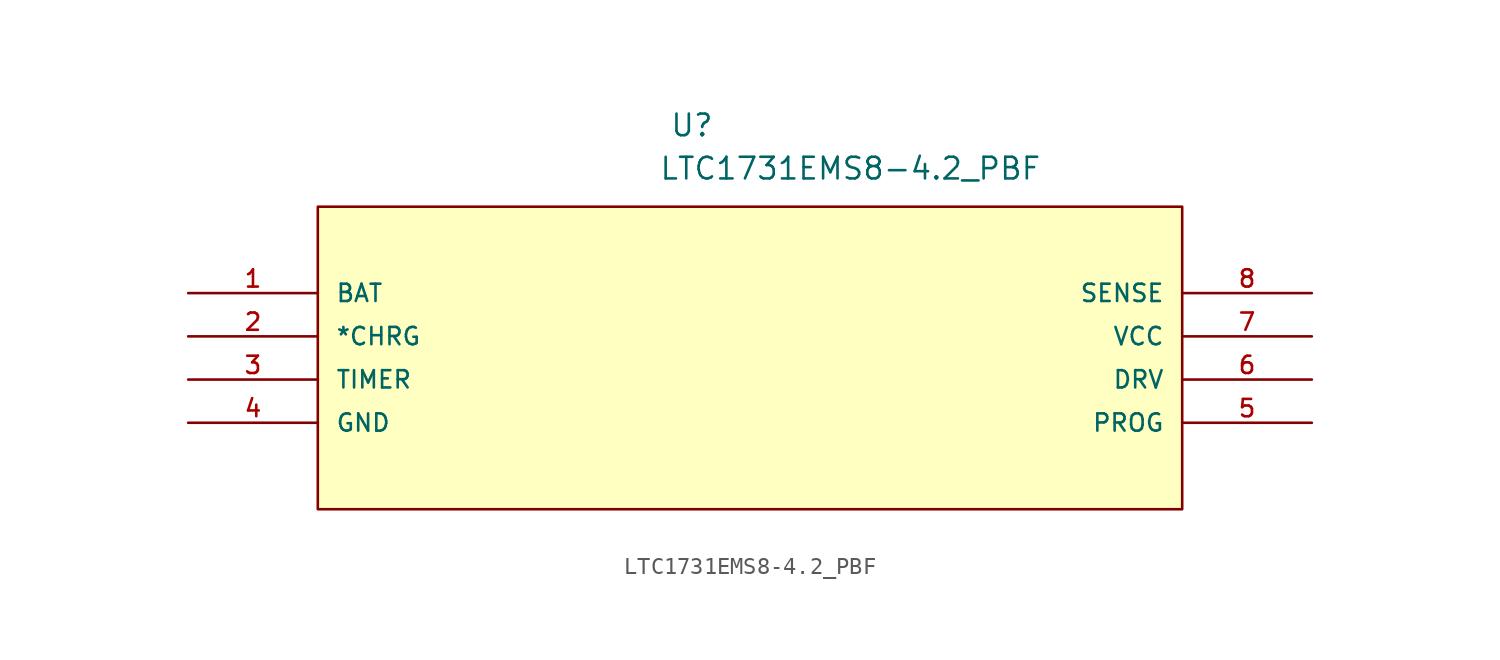
<source format=kicad_sym>
(kicad_symbol_lib
  (version 20211014)
  (generator kicad_symbol_editor)
  (symbol "LTC1731EMS8-4.2_PBF"
    (pin_names
      (offset 1.016))
    (property "Reference" "U"
      (at 28.296 9.119 0.0)
      (effects (font (size 1.27 1.27)) (justify bottom left)))
    (property "Value" "LTC1731EMS8-4.2_PBF"
      (at 27.661 6.579 0.0)
      (effects (font (size 1.27 1.27)) (justify bottom left)))
    (symbol "LTC1731EMS8-4.2_PBF_0_0"
      (rectangle (start 7.62 -12.7) (end 58.42 5.08) (stroke (width 0.152)) (fill (type background)))
      (pin input line (at 0.0 0.0 0) (length 7.62) (name "BAT" (effects (font (size 1.016 1.016)))) (number "1" (effects (font (size 1.016 1.016)))))
      (pin output line (at 0.0 -2.54 0) (length 7.62) (name "*CHRG" (effects (font (size 1.016 1.016)))) (number "2" (effects (font (size 1.016 1.016)))))
      (pin input line (at 0.0 -5.08 0) (length 7.62) (name "TIMER" (effects (font (size 1.016 1.016)))) (number "3" (effects (font (size 1.016 1.016)))))
      (pin power_in line (at 0.0 -7.62 0) (length 7.62) (name "GND" (effects (font (size 1.016 1.016)))) (number "4" (effects (font (size 1.016 1.016)))))
      (pin input line (at 66.04 -7.62 180.0) (length 7.62) (name "PROG" (effects (font (size 1.016 1.016)))) (number "5" (effects (font (size 1.016 1.016)))))
      (pin output line (at 66.04 -5.08 180.0) (length 7.62) (name "DRV" (effects (font (size 1.016 1.016)))) (number "6" (effects (font (size 1.016 1.016)))))
      (pin power_in line (at 66.04 -2.54 180.0) (length 7.62) (name "VCC" (effects (font (size 1.016 1.016)))) (number "7" (effects (font (size 1.016 1.016)))))
      (pin input line (at 66.04 0.0 180.0) (length 7.62) (name "SENSE" (effects (font (size 1.016 1.016)))) (number "8" (effects (font (size 1.016 1.016))))))))
</source>
